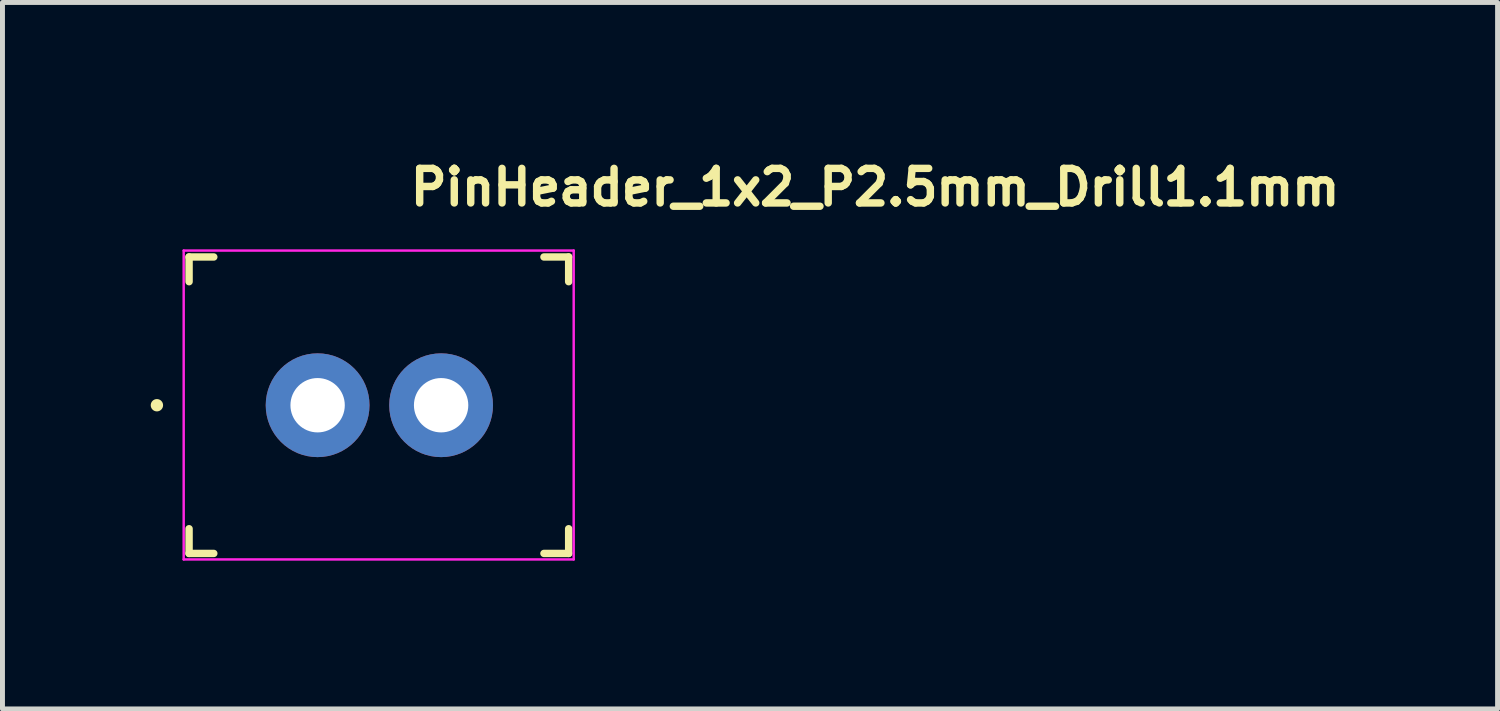
<source format=kicad_pcb>
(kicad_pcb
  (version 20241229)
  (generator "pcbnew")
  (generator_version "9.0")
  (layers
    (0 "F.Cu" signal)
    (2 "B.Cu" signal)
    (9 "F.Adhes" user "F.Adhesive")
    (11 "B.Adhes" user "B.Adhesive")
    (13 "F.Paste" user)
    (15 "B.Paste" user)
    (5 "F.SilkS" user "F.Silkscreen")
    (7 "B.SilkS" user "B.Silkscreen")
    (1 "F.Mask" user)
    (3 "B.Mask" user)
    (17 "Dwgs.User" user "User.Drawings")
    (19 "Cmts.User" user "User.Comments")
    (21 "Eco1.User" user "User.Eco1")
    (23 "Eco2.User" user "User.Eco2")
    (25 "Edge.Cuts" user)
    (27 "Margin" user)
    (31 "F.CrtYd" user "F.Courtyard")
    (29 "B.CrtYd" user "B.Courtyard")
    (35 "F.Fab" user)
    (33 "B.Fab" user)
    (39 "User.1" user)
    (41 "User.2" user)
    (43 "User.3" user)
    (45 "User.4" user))
  (footprint "PinHeader_1x2_P2.5mm_Drill1.1mm"
    (layer "F.Cu")
    (at 3.377 5.15)
    (property "Reference" "PinHeader_1x2_P2.5mm_Drill1.1mm" (at 1.8 -4 0) (layer "F.SilkS") (effects (font (size 0.7 0.7) (thickness 0.15)) (justify left bottom)))
    (attr through_hole)
    (fp_line (start -2.601 -3) (end -2.601 -2.5) (stroke (width 0.15) (type solid)) (layer "F.SilkS"))
    (fp_line (start -2.601 -3) (end -2.101 -3) (stroke (width 0.15) (type solid)) (layer "F.SilkS"))
    (fp_line (start -2.601 2.999) (end -2.601 2.499) (stroke (width 0.15) (type solid)) (layer "F.SilkS"))
    (fp_line (start -2.601 2.999) (end -2.101 2.999) (stroke (width 0.15) (type solid)) (layer "F.SilkS"))
    (fp_line (start 5.08 -3) (end 4.58 -3) (stroke (width 0.15) (type solid)) (layer "F.SilkS"))
    (fp_line (start 5.08 -3) (end 5.08 -2.5) (stroke (width 0.15) (type solid)) (layer "F.SilkS"))
    (fp_line (start 5.08 2.999) (end 4.58 2.999) (stroke (width 0.15) (type solid)) (layer "F.SilkS"))
    (fp_line (start 5.08 2.999) (end 5.08 2.499) (stroke (width 0.15) (type solid)) (layer "F.SilkS"))
    (fp_circle (center -3.252 0) (end -3.202 0) (stroke (width 0.15) (type solid)) (fill yes) (layer "F.SilkS"))
    (fp_line (start -2.71 -3.13) (end -2.71 3.12) (stroke (width 0.05) (type solid)) (layer "F.CrtYd"))
    (fp_line (start 5.182 -3.13) (end -2.71 -3.13) (stroke (width 0.05) (type solid)) (layer "F.CrtYd"))
    (fp_line (start 5.182 3.12) (end -2.71 3.12) (stroke (width 0.05) (type solid)) (layer "F.CrtYd"))
    (fp_line (start 5.182 3.12) (end 5.182 -3.13) (stroke (width 0.05) (type solid)) (layer "F.CrtYd"))
    (fp_rect (start -2.452 -2.875) (end 4.95 2.874) (stroke (width 0.1) (type solid)) (fill no) (layer "User.5"))
    (fp_line (start -2.452 -2.875) (end 4.95 -2.875) (stroke (width 0.02) (type solid)) (layer "User.9"))
    (fp_line (start -2.452 2.874) (end -2.452 -2.875) (stroke (width 0.02) (type solid)) (layer "User.9"))
    (fp_line (start -2.452 2.874) (end -1.25 2.874) (stroke (width 0.02) (type solid)) (layer "User.9"))
    (fp_line (start -1.589 -2.013) (end 4.086 -2.013) (stroke (width 0.02) (type solid)) (layer "User.9"))
    (fp_line (start -1.589 2.011) (end -1.589 -2.013) (stroke (width 0.02) (type solid)) (layer "User.9"))
    (fp_line (start -1.589 2.011) (end 4.086 2.011) (stroke (width 0.02) (type solid)) (layer "User.9"))
    (fp_line (start -1.25 2.75) (end 1.249 2.75) (stroke (width 0.02) (type solid)) (layer "User.9"))
    (fp_line (start -1.25 2.874) (end -1.25 2.75) (stroke (width 0.02) (type solid)) (layer "User.9"))
    (fp_line (start -1.25 2.874) (end 0 2.874) (stroke (width 0.02) (type solid)) (layer "User.9"))
    (fp_line (start -0.32 -0.32) (end -0.064 -0.064) (stroke (width 0.02) (type solid)) (layer "User.9"))
    (fp_line (start -0.32 -0.32) (end 0.32 -0.32) (stroke (width 0.02) (type solid)) (layer "User.9"))
    (fp_line (start -0.32 0.32) (end -0.32 -0.32) (stroke (width 0.02) (type solid)) (layer "User.9"))
    (fp_line (start -0.32 0.32) (end -0.064 0.064) (stroke (width 0.02) (type solid)) (layer "User.9"))
    (fp_line (start -0.32 0.32) (end 0.32 0.32) (stroke (width 0.02) (type solid)) (layer "User.9"))
    (fp_line (start -0.064 -0.064) (end 0.064 -0.064) (stroke (width 0.02) (type solid)) (layer "User.9"))
    (fp_line (start -0.064 0.064) (end -0.064 -0.064) (stroke (width 0.02) (type solid)) (layer "User.9"))
    (fp_line (start -0.064 0.064) (end 0.064 0.064) (stroke (width 0.02) (type solid)) (layer "User.9"))
    (fp_line (start 0 2.874) (end 0 2.75) (stroke (width 0.02) (type solid)) (layer "User.9"))
    (fp_line (start 0.064 0.064) (end 0.064 -0.064) (stroke (width 0.02) (type solid)) (layer "User.9"))
    (fp_line (start 0.32 -0.32) (end 0.064 -0.064) (stroke (width 0.02) (type solid)) (layer "User.9"))
    (fp_line (start 0.32 0.32) (end 0.064 0.064) (stroke (width 0.02) (type solid)) (layer "User.9"))
    (fp_line (start 0.32 0.32) (end 0.32 -0.32) (stroke (width 0.02) (type solid)) (layer "User.9"))
    (fp_line (start 1.249 2.874) (end 0 2.874) (stroke (width 0.02) (type solid)) (layer "User.9"))
    (fp_line (start 1.249 2.874) (end 1.249 2.75) (stroke (width 0.02) (type solid)) (layer "User.9"))
    (fp_line (start 1.249 2.874) (end 4.95 2.874) (stroke (width 0.02) (type solid)) (layer "User.9"))
    (fp_line (start 2.18 -0.32) (end 2.435 -0.064) (stroke (width 0.02) (type solid)) (layer "User.9"))
    (fp_line (start 2.18 -0.32) (end 2.818 -0.32) (stroke (width 0.02) (type solid)) (layer "User.9"))
    (fp_line (start 2.18 0.32) (end 2.18 -0.32) (stroke (width 0.02) (type solid)) (layer "User.9"))
    (fp_line (start 2.18 0.32) (end 2.435 0.064) (stroke (width 0.02) (type solid)) (layer "User.9"))
    (fp_line (start 2.18 0.32) (end 2.818 0.32) (stroke (width 0.02) (type solid)) (layer "User.9"))
    (fp_line (start 2.435 -0.064) (end 2.564 -0.064) (stroke (width 0.02) (type solid)) (layer "User.9"))
    (fp_line (start 2.435 0.064) (end 2.435 -0.064) (stroke (width 0.02) (type solid)) (layer "User.9"))
    (fp_line (start 2.435 0.064) (end 2.564 0.064) (stroke (width 0.02) (type solid)) (layer "User.9"))
    (fp_line (start 2.564 0.064) (end 2.564 -0.064) (stroke (width 0.02) (type solid)) (layer "User.9"))
    (fp_line (start 2.818 -0.32) (end 2.564 -0.064) (stroke (width 0.02) (type solid)) (layer "User.9"))
    (fp_line (start 2.818 0.32) (end 2.564 0.064) (stroke (width 0.02) (type solid)) (layer "User.9"))
    (fp_line (start 2.818 0.32) (end 2.818 -0.32) (stroke (width 0.02) (type solid)) (layer "User.9"))
    (fp_line (start 4.086 2.011) (end 4.086 -2.013) (stroke (width 0.02) (type solid)) (layer "User.9"))
    (fp_line (start 4.95 2.874) (end 4.95 -2.875) (stroke (width 0.02) (type solid)) (layer "User.9"))
    (pad "1" thru_hole circle (at 0 0) (size 2.1 2.1) (drill 1.1) (layers "*.Cu" "*.Mask"))
    (pad "2" thru_hole circle (at 2.499 0) (size 2.1 2.1) (drill 1.1) (layers "*.Cu" "*.Mask")))
  (gr_rect
    (start -3 -3)
    (end 27.254 11.295)
    (stroke (width 0.1) (type default))
    (fill no)
    (layer "Edge.Cuts")))
</source>
